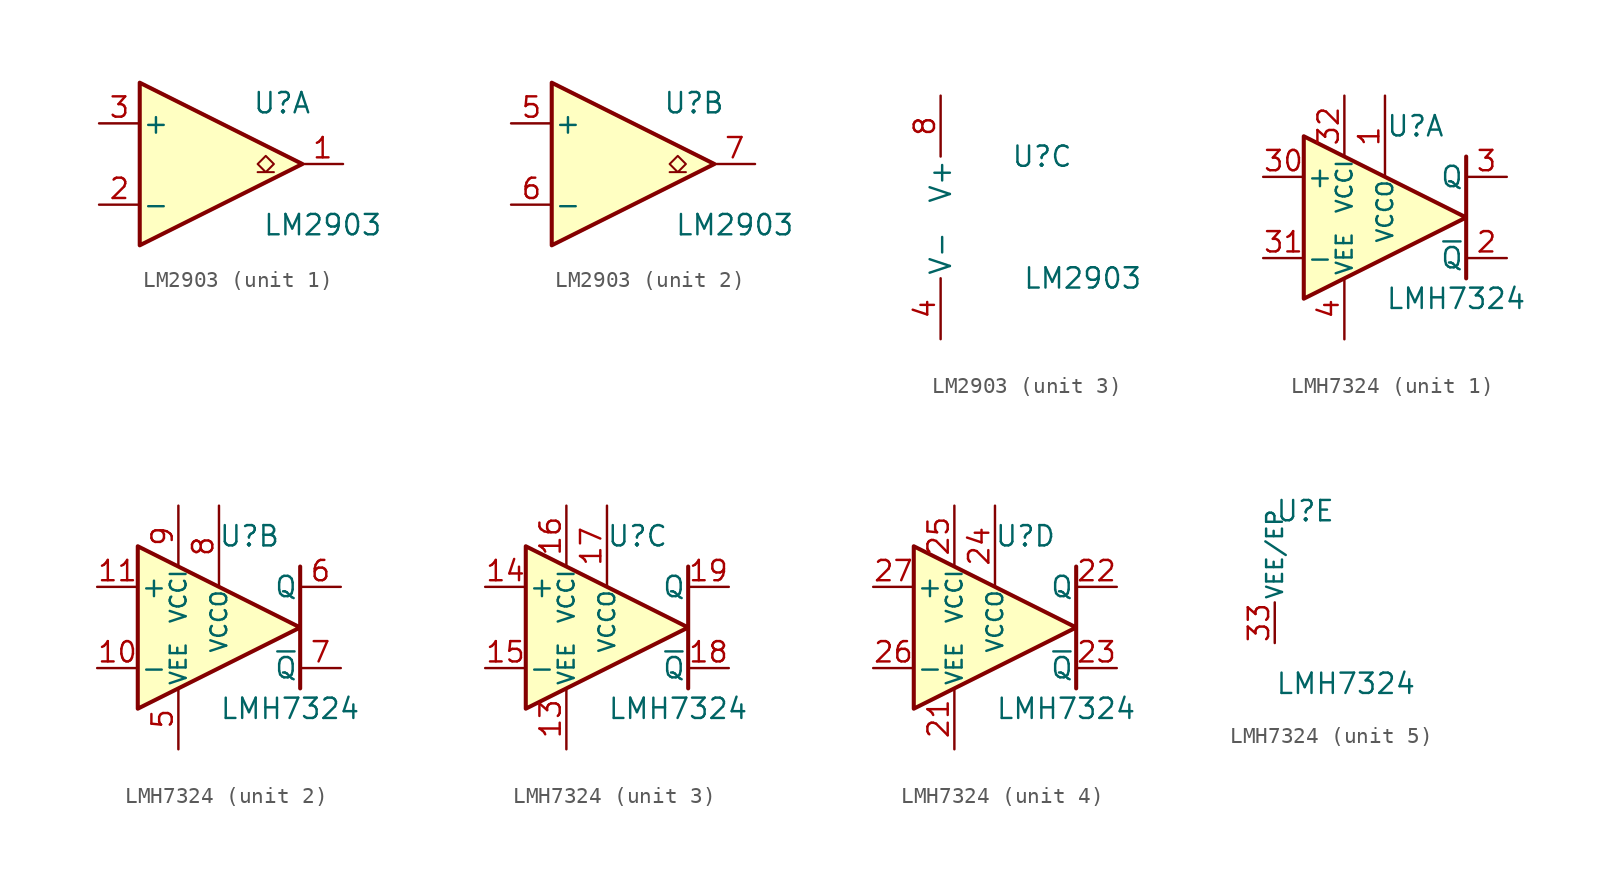
<source format=kicad_sym>
(kicad_symbol_lib
  (version 20241209)
  (generator "kicad_symbol_editor")
  (generator_version "9.0")
  (symbol "LM2903"
    (pin_names
      (offset 0.127))
    (property "Reference" "U"
      (at 3.81 3.81 0)
      (effects (font (size 1.27 1.27))))
    (property "Value" "LM2903"
      (at 6.35 -3.81 0)
      (effects (font (size 1.27 1.27))))
    (property "ki_locked" ""
      (at 0 0 0)
      (effects (font (size 1.27 1.27))))
    (symbol "LM2903_1_1"
      (polyline (pts (xy -5.08 5.08) (xy 5.08 0) (xy -5.08 -5.08) (xy -5.08 5.08)) (stroke (width 0.254) (type default)) (fill (type background)))
      (polyline (pts (xy 3.302 -0.508) (xy 2.794 -0.508) (xy 3.302 0) (xy 2.794 0.508) (xy 2.286 0) (xy 2.794 -0.508) (xy 2.286 -0.508)) (stroke (width 0.127) (type default)) (fill (type none)))
      (pin input line (at -7.62 2.54 0) (length 2.54) (name "+" (effects (font (size 1.27 1.27)))) (number "3" (effects (font (size 1.27 1.27)))))
      (pin input line (at -7.62 -2.54 0) (length 2.54) (name "-" (effects (font (size 1.27 1.27)))) (number "2" (effects (font (size 1.27 1.27)))))
      (pin open_collector line (at 7.62 0 180) (length 2.54) (name "~" (effects (font (size 1.27 1.27)))) (number "1" (effects (font (size 1.27 1.27))))))
    (symbol "LM2903_2_1"
      (polyline (pts (xy -5.08 5.08) (xy 5.08 0) (xy -5.08 -5.08) (xy -5.08 5.08)) (stroke (width 0.254) (type default)) (fill (type background)))
      (polyline (pts (xy 3.302 -0.508) (xy 2.794 -0.508) (xy 3.302 0) (xy 2.794 0.508) (xy 2.286 0) (xy 2.794 -0.508) (xy 2.286 -0.508)) (stroke (width 0.127) (type default)) (fill (type none)))
      (pin input line (at -7.62 2.54 0) (length 2.54) (name "+" (effects (font (size 1.27 1.27)))) (number "5" (effects (font (size 1.27 1.27)))))
      (pin input line (at -7.62 -2.54 0) (length 2.54) (name "-" (effects (font (size 1.27 1.27)))) (number "6" (effects (font (size 1.27 1.27)))))
      (pin open_collector line (at 7.62 0 180) (length 2.54) (name "~" (effects (font (size 1.27 1.27)))) (number "7" (effects (font (size 1.27 1.27))))))
    (symbol "LM2903_3_1"
      (pin power_in line (at -2.54 7.62 270) (length 3.81) (name "V+" (effects (font (size 1.27 1.27)))) (number "8" (effects (font (size 1.27 1.27)))))
      (pin power_in line (at -2.54 -7.62 90) (length 3.81) (name "V-" (effects (font (size 1.27 1.27)))) (number "4" (effects (font (size 1.27 1.27)))))))
  (symbol "LMH7324"
    (pin_names
      (offset 0.127))
    (property "Reference" "U"
      (at 1.905 5.715 0)
      (effects (font (size 1.27 1.27))))
    (property "Value" "LMH7324"
      (at 4.445 -5.08 0)
      (effects (font (size 1.27 1.27))))
    (property "ki_locked" ""
      (at 0 0 0)
      (effects (font (size 1.27 1.27))))
    (symbol "LMH7324_1_1"
      (polyline (pts (xy 5.08 3.81) (xy 5.08 0) (xy -5.08 5.08) (xy -5.08 -5.08) (xy 5.08 0) (xy 5.08 -3.81)) (stroke (width 0.254) (type default)) (fill (type background)))
      (pin input line (at -7.62 2.54 0) (length 2.54) (name "+" (effects (font (size 1.27 1.27)))) (number "30" (effects (font (size 1.27 1.27)))))
      (pin input line (at -7.62 -2.54 0) (length 2.54) (name "-" (effects (font (size 1.27 1.27)))) (number "31" (effects (font (size 1.27 1.27)))))
      (pin power_in line (at -2.54 7.62 270) (length 3.81) (name "VCCI" (effects (font (size 0.991 0.991)))) (number "32" (effects (font (size 1.27 1.27)))))
      (pin passive line (at -2.54 -7.62 90) (length 3.81) (hide yes) (name "VEE" (effects (font (size 0.991 0.991)))) (number "29" (effects (font (size 1.27 1.27)))))
      (pin power_in line (at -2.54 -7.62 90) (length 3.81) (name "VEE" (effects (font (size 0.991 0.991)))) (number "4" (effects (font (size 1.27 1.27)))))
      (pin power_in line (at 0 7.62 270) (length 5.08) (name "VCCO" (effects (font (size 0.991 0.991)))) (number "1" (effects (font (size 1.27 1.27)))))
      (pin output line (at 7.62 2.54 180) (length 2.54) (name "Q" (effects (font (size 1.27 1.27)))) (number "3" (effects (font (size 1.27 1.27)))))
      (pin output line (at 7.62 -2.54 180) (length 2.54) (name "~{Q}" (effects (font (size 1.27 1.27)))) (number "2" (effects (font (size 1.27 1.27))))))
    (symbol "LMH7324_2_1"
      (polyline (pts (xy 5.08 3.81) (xy 5.08 0) (xy -5.08 5.08) (xy -5.08 -5.08) (xy 5.08 0) (xy 5.08 -3.81)) (stroke (width 0.254) (type default)) (fill (type background)))
      (pin input line (at -7.62 2.54 0) (length 2.54) (name "+" (effects (font (size 1.27 1.27)))) (number "11" (effects (font (size 1.27 1.27)))))
      (pin input line (at -7.62 -2.54 0) (length 2.54) (name "-" (effects (font (size 1.27 1.27)))) (number "10" (effects (font (size 1.27 1.27)))))
      (pin power_in line (at -2.54 7.62 270) (length 3.81) (name "VCCI" (effects (font (size 0.991 0.991)))) (number "9" (effects (font (size 1.27 1.27)))))
      (pin passive line (at -2.54 -7.62 90) (length 3.81) (hide yes) (name "VEE" (effects (font (size 0.991 0.991)))) (number "12" (effects (font (size 1.27 1.27)))))
      (pin power_in line (at -2.54 -7.62 90) (length 3.81) (name "VEE" (effects (font (size 0.991 0.991)))) (number "5" (effects (font (size 1.27 1.27)))))
      (pin power_in line (at 0 7.62 270) (length 5.08) (name "VCCO" (effects (font (size 0.991 0.991)))) (number "8" (effects (font (size 1.27 1.27)))))
      (pin output line (at 7.62 2.54 180) (length 2.54) (name "Q" (effects (font (size 1.27 1.27)))) (number "6" (effects (font (size 1.27 1.27)))))
      (pin output line (at 7.62 -2.54 180) (length 2.54) (name "~{Q}" (effects (font (size 1.27 1.27)))) (number "7" (effects (font (size 1.27 1.27))))))
    (symbol "LMH7324_3_1"
      (polyline (pts (xy 5.08 3.81) (xy 5.08 0) (xy -5.08 5.08) (xy -5.08 -5.08) (xy 5.08 0) (xy 5.08 -3.81)) (stroke (width 0.254) (type default)) (fill (type background)))
      (pin input line (at -7.62 2.54 0) (length 2.54) (name "+" (effects (font (size 1.27 1.27)))) (number "14" (effects (font (size 1.27 1.27)))))
      (pin input line (at -7.62 -2.54 0) (length 2.54) (name "-" (effects (font (size 1.27 1.27)))) (number "15" (effects (font (size 1.27 1.27)))))
      (pin power_in line (at -2.54 7.62 270) (length 3.81) (name "VCCI" (effects (font (size 0.991 0.991)))) (number "16" (effects (font (size 1.27 1.27)))))
      (pin power_in line (at -2.54 -7.62 90) (length 3.81) (name "VEE" (effects (font (size 0.991 0.991)))) (number "13" (effects (font (size 1.27 1.27)))))
      (pin passive line (at -2.54 -7.62 90) (length 3.81) (hide yes) (name "VEE" (effects (font (size 0.991 0.991)))) (number "20" (effects (font (size 1.27 1.27)))))
      (pin power_in line (at 0 7.62 270) (length 5.08) (name "VCCO" (effects (font (size 0.991 0.991)))) (number "17" (effects (font (size 1.27 1.27)))))
      (pin output line (at 7.62 2.54 180) (length 2.54) (name "Q" (effects (font (size 1.27 1.27)))) (number "19" (effects (font (size 1.27 1.27)))))
      (pin output line (at 7.62 -2.54 180) (length 2.54) (name "~{Q}" (effects (font (size 1.27 1.27)))) (number "18" (effects (font (size 1.27 1.27))))))
    (symbol "LMH7324_4_1"
      (polyline (pts (xy 5.08 3.81) (xy 5.08 0) (xy -5.08 5.08) (xy -5.08 -5.08) (xy 5.08 0) (xy 5.08 -3.81)) (stroke (width 0.254) (type default)) (fill (type background)))
      (pin input line (at -7.62 2.54 0) (length 2.54) (name "+" (effects (font (size 1.27 1.27)))) (number "27" (effects (font (size 1.27 1.27)))))
      (pin input line (at -7.62 -2.54 0) (length 2.54) (name "-" (effects (font (size 1.27 1.27)))) (number "26" (effects (font (size 1.27 1.27)))))
      (pin power_in line (at -2.54 7.62 270) (length 3.81) (name "VCCI" (effects (font (size 0.991 0.991)))) (number "25" (effects (font (size 1.27 1.27)))))
      (pin power_in line (at -2.54 -7.62 90) (length 3.81) (name "VEE" (effects (font (size 0.991 0.991)))) (number "21" (effects (font (size 1.27 1.27)))))
      (pin passive line (at -2.54 -7.62 90) (length 3.81) (hide yes) (name "VEE" (effects (font (size 0.991 0.991)))) (number "28" (effects (font (size 1.27 1.27)))))
      (pin power_in line (at 0 7.62 270) (length 5.08) (name "VCCO" (effects (font (size 0.991 0.991)))) (number "24" (effects (font (size 1.27 1.27)))))
      (pin output line (at 7.62 2.54 180) (length 2.54) (name "Q" (effects (font (size 1.27 1.27)))) (number "22" (effects (font (size 1.27 1.27)))))
      (pin output line (at 7.62 -2.54 180) (length 2.54) (name "~{Q}" (effects (font (size 1.27 1.27)))) (number "23" (effects (font (size 1.27 1.27))))))
    (symbol "LMH7324_5_1"
      (pin power_in line (at 0 -2.54 90) (length 2.54) (name "VEE/EP" (effects (font (size 0.991 0.991)))) (number "33" (effects (font (size 1.27 1.27))))))))
</source>
